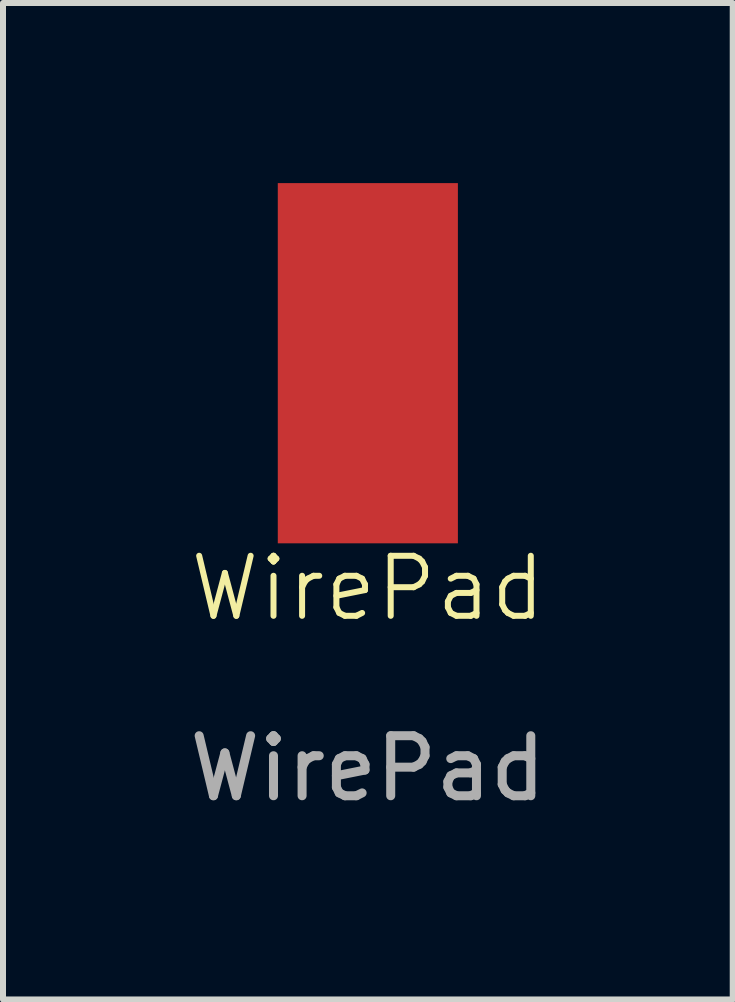
<source format=kicad_pcb>
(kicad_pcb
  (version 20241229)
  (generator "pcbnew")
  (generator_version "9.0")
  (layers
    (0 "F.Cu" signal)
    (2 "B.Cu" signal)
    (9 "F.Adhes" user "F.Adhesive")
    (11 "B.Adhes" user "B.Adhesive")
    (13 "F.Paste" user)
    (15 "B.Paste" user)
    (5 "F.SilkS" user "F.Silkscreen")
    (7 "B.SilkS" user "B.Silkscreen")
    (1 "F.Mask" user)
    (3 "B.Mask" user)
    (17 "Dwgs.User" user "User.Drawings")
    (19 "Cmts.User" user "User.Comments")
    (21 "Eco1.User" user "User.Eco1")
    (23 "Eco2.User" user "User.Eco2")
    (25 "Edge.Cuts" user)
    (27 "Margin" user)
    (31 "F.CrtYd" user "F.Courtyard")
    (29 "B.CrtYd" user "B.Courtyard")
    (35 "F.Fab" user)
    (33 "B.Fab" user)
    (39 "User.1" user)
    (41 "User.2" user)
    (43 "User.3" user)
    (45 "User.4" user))
  (footprint "WirePad"
    (layer "F.Cu")
    (at 3.077 3.25)
    (property "Reference" "WirePad" (at 0 3.5 0) (unlocked yes) (layer "F.SilkS") (effects (font (size 1 1) (thickness 0.1))))
    (attr through_hole)
    (fp_text user "${REFERENCE}" (at 0 6.5 0) (unlocked yes) (layer "F.Fab") (effects (font (size 1 1) (thickness 0.15))))
    (pad "1" smd rect (at 0 -0.25) (size 3 6) (layers "F.Cu" "F.Mask" "F.Paste")))
  (gr_rect
    (start -3 -3)
    (end 9.155 13.598)
    (stroke (width 0.1) (type default))
    (fill no)
    (layer "Edge.Cuts")))
</source>
